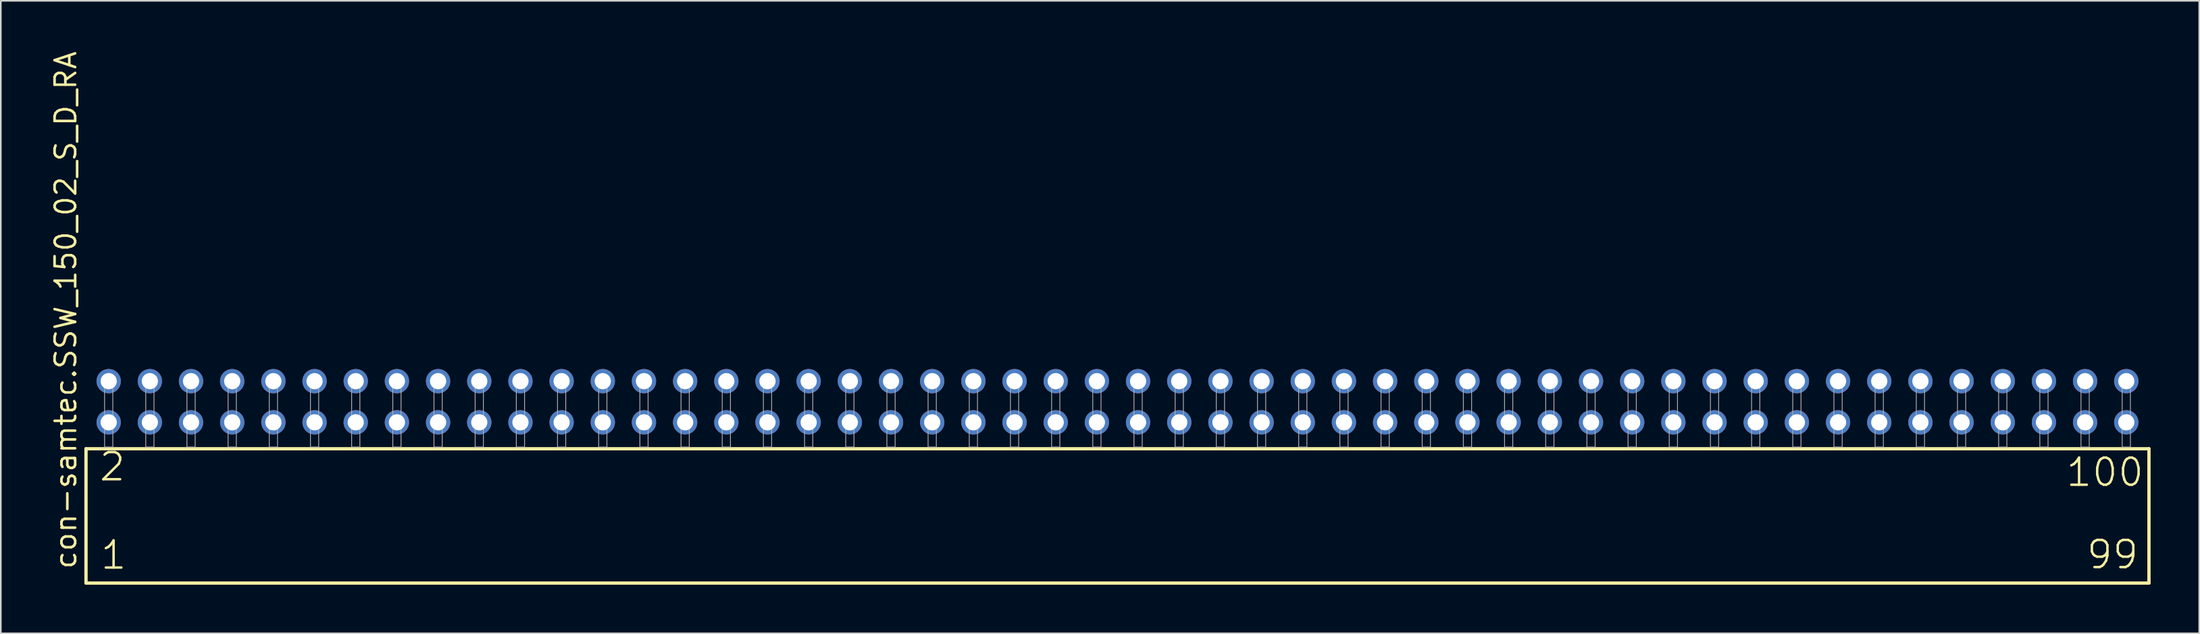
<source format=kicad_pcb>
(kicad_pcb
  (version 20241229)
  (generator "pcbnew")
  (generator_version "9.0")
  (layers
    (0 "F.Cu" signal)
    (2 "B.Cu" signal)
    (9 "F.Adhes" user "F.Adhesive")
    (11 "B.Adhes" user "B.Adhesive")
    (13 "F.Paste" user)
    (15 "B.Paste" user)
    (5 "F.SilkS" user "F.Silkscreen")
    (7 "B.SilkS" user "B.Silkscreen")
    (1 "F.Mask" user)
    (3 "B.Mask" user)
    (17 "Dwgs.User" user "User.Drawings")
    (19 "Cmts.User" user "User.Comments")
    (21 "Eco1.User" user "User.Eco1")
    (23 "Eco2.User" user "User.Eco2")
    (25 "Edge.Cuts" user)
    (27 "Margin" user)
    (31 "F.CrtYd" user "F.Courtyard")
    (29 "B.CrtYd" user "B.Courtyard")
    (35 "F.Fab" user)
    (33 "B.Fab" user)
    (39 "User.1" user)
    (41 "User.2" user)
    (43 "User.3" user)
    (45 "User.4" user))
  (footprint "con-samtec.SSW_150_02_S_D_RA"
    (layer "F.Cu")
    (at 65.885 24.537)
    (property "Reference" "con-samtec.SSW_150_02_S_D_RA" (at -64.135 7.62 90) (layer "F.SilkS") (effects (font (size 1.27 1.27) (thickness 0.16)) (justify left bottom)))
    (attr through_hole)
    (fp_line (start -63.629 0.106) (end -63.629 8.396) (stroke (width 0.203) (type default)) (layer "F.SilkS"))
    (fp_line (start -63.629 8.396) (end 63.629 8.396) (stroke (width 0.203) (type default)) (layer "F.SilkS"))
    (fp_line (start 63.629 0.106) (end -63.629 0.106) (stroke (width 0.203) (type default)) (layer "F.SilkS"))
    (fp_line (start 63.629 8.396) (end 63.629 0.106) (stroke (width 0.203) (type default)) (layer "F.SilkS"))
    (fp_rect (start -62.484 0) (end -61.976 -4.318) (stroke (width 0.05) (type default)) (fill no) (layer "F.Fab"))
    (fp_rect (start -59.944 0) (end -59.436 -4.318) (stroke (width 0.05) (type default)) (fill no) (layer "F.Fab"))
    (fp_rect (start -57.404 0) (end -56.896 -4.318) (stroke (width 0.05) (type default)) (fill no) (layer "F.Fab"))
    (fp_rect (start -54.864 0) (end -54.356 -4.318) (stroke (width 0.05) (type default)) (fill no) (layer "F.Fab"))
    (fp_rect (start -52.324 0) (end -51.816 -4.318) (stroke (width 0.05) (type default)) (fill no) (layer "F.Fab"))
    (fp_rect (start -49.784 0) (end -49.276 -4.318) (stroke (width 0.05) (type default)) (fill no) (layer "F.Fab"))
    (fp_rect (start -47.244 0) (end -46.736 -4.318) (stroke (width 0.05) (type default)) (fill no) (layer "F.Fab"))
    (fp_rect (start -44.704 0) (end -44.196 -4.318) (stroke (width 0.05) (type default)) (fill no) (layer "F.Fab"))
    (fp_rect (start -42.164 0) (end -41.656 -4.318) (stroke (width 0.05) (type default)) (fill no) (layer "F.Fab"))
    (fp_rect (start -39.624 0) (end -39.116 -4.318) (stroke (width 0.05) (type default)) (fill no) (layer "F.Fab"))
    (fp_rect (start -37.084 0) (end -36.576 -4.318) (stroke (width 0.05) (type default)) (fill no) (layer "F.Fab"))
    (fp_rect (start -34.544 0) (end -34.036 -4.318) (stroke (width 0.05) (type default)) (fill no) (layer "F.Fab"))
    (fp_rect (start -32.004 0) (end -31.496 -4.318) (stroke (width 0.05) (type default)) (fill no) (layer "F.Fab"))
    (fp_rect (start -29.464 0) (end -28.956 -4.318) (stroke (width 0.05) (type default)) (fill no) (layer "F.Fab"))
    (fp_rect (start -26.924 0) (end -26.416 -4.318) (stroke (width 0.05) (type default)) (fill no) (layer "F.Fab"))
    (fp_rect (start -24.384 0) (end -23.876 -4.318) (stroke (width 0.05) (type default)) (fill no) (layer "F.Fab"))
    (fp_rect (start -21.844 0) (end -21.336 -4.318) (stroke (width 0.05) (type default)) (fill no) (layer "F.Fab"))
    (fp_rect (start -19.304 0) (end -18.796 -4.318) (stroke (width 0.05) (type default)) (fill no) (layer "F.Fab"))
    (fp_rect (start -16.764 0) (end -16.256 -4.318) (stroke (width 0.05) (type default)) (fill no) (layer "F.Fab"))
    (fp_rect (start -14.224 0) (end -13.716 -4.318) (stroke (width 0.05) (type default)) (fill no) (layer "F.Fab"))
    (fp_rect (start -11.684 0) (end -11.176 -4.318) (stroke (width 0.05) (type default)) (fill no) (layer "F.Fab"))
    (fp_rect (start -9.144 0) (end -8.636 -4.318) (stroke (width 0.05) (type default)) (fill no) (layer "F.Fab"))
    (fp_rect (start -6.604 0) (end -6.096 -4.318) (stroke (width 0.05) (type default)) (fill no) (layer "F.Fab"))
    (fp_rect (start -4.064 0) (end -3.556 -4.318) (stroke (width 0.05) (type default)) (fill no) (layer "F.Fab"))
    (fp_rect (start -1.524 0) (end -1.016 -4.318) (stroke (width 0.05) (type default)) (fill no) (layer "F.Fab"))
    (fp_rect (start 1.016 0) (end 1.524 -4.318) (stroke (width 0.05) (type default)) (fill no) (layer "F.Fab"))
    (fp_rect (start 3.556 0) (end 4.064 -4.318) (stroke (width 0.05) (type default)) (fill no) (layer "F.Fab"))
    (fp_rect (start 6.096 0) (end 6.604 -4.318) (stroke (width 0.05) (type default)) (fill no) (layer "F.Fab"))
    (fp_rect (start 8.636 0) (end 9.144 -4.318) (stroke (width 0.05) (type default)) (fill no) (layer "F.Fab"))
    (fp_rect (start 11.176 0) (end 11.684 -4.318) (stroke (width 0.05) (type default)) (fill no) (layer "F.Fab"))
    (fp_rect (start 13.716 0) (end 14.224 -4.318) (stroke (width 0.05) (type default)) (fill no) (layer "F.Fab"))
    (fp_rect (start 16.256 0) (end 16.764 -4.318) (stroke (width 0.05) (type default)) (fill no) (layer "F.Fab"))
    (fp_rect (start 18.796 0) (end 19.304 -4.318) (stroke (width 0.05) (type default)) (fill no) (layer "F.Fab"))
    (fp_rect (start 21.336 0) (end 21.844 -4.318) (stroke (width 0.05) (type default)) (fill no) (layer "F.Fab"))
    (fp_rect (start 23.876 0) (end 24.384 -4.318) (stroke (width 0.05) (type default)) (fill no) (layer "F.Fab"))
    (fp_rect (start 26.416 0) (end 26.924 -4.318) (stroke (width 0.05) (type default)) (fill no) (layer "F.Fab"))
    (fp_rect (start 28.956 0) (end 29.464 -4.318) (stroke (width 0.05) (type default)) (fill no) (layer "F.Fab"))
    (fp_rect (start 31.496 0) (end 32.004 -4.318) (stroke (width 0.05) (type default)) (fill no) (layer "F.Fab"))
    (fp_rect (start 34.036 0) (end 34.544 -4.318) (stroke (width 0.05) (type default)) (fill no) (layer "F.Fab"))
    (fp_rect (start 36.576 0) (end 37.084 -4.318) (stroke (width 0.05) (type default)) (fill no) (layer "F.Fab"))
    (fp_rect (start 39.116 0) (end 39.624 -4.318) (stroke (width 0.05) (type default)) (fill no) (layer "F.Fab"))
    (fp_rect (start 41.656 0) (end 42.164 -4.318) (stroke (width 0.05) (type default)) (fill no) (layer "F.Fab"))
    (fp_rect (start 44.196 0) (end 44.704 -4.318) (stroke (width 0.05) (type default)) (fill no) (layer "F.Fab"))
    (fp_rect (start 46.736 0) (end 47.244 -4.318) (stroke (width 0.05) (type default)) (fill no) (layer "F.Fab"))
    (fp_rect (start 49.276 0) (end 49.784 -4.318) (stroke (width 0.05) (type default)) (fill no) (layer "F.Fab"))
    (fp_rect (start 51.816 0) (end 52.324 -4.318) (stroke (width 0.05) (type default)) (fill no) (layer "F.Fab"))
    (fp_rect (start 54.356 0) (end 54.864 -4.318) (stroke (width 0.05) (type default)) (fill no) (layer "F.Fab"))
    (fp_rect (start 56.896 0) (end 57.404 -4.318) (stroke (width 0.05) (type default)) (fill no) (layer "F.Fab"))
    (fp_rect (start 59.436 0) (end 59.944 -4.318) (stroke (width 0.05) (type default)) (fill no) (layer "F.Fab"))
    (fp_rect (start 61.976 0) (end 62.484 -4.318) (stroke (width 0.05) (type default)) (fill no) (layer "F.Fab"))
    (fp_text user "99" (at 59.69 7.62 0) (layer "F.SilkS") (effects (font (size 1.676 1.676) (thickness 0.15)) (justify left bottom)))
    (fp_text user "1" (at -62.825 7.65 0) (layer "F.SilkS") (effects (font (size 1.676 1.676) (thickness 0.15)) (justify left bottom)))
    (fp_text user "100" (at 58.42 2.54 0) (layer "F.SilkS") (effects (font (size 1.676 1.676) (thickness 0.15)) (justify left bottom)))
    (fp_text user "2" (at -62.9 2.2 0) (layer "F.SilkS") (effects (font (size 1.676 1.676) (thickness 0.15)) (justify left bottom)))
    (pad "1" thru_hole circle (at -62.23 -1.524) (size 1.5 1.5) (drill 1) (layers "*.Cu" "*.Mask"))
    (pad "2" thru_hole circle (at -62.23 -4.064) (size 1.5 1.5) (drill 1) (layers "*.Cu" "*.Mask"))
    (pad "3" thru_hole circle (at -59.69 -1.524) (size 1.5 1.5) (drill 1) (layers "*.Cu" "*.Mask"))
    (pad "4" thru_hole circle (at -59.69 -4.064) (size 1.5 1.5) (drill 1) (layers "*.Cu" "*.Mask"))
    (pad "5" thru_hole circle (at -57.15 -1.524) (size 1.5 1.5) (drill 1) (layers "*.Cu" "*.Mask"))
    (pad "6" thru_hole circle (at -57.15 -4.064) (size 1.5 1.5) (drill 1) (layers "*.Cu" "*.Mask"))
    (pad "7" thru_hole circle (at -54.61 -1.524) (size 1.5 1.5) (drill 1) (layers "*.Cu" "*.Mask"))
    (pad "8" thru_hole circle (at -54.61 -4.064) (size 1.5 1.5) (drill 1) (layers "*.Cu" "*.Mask"))
    (pad "9" thru_hole circle (at -52.07 -1.524) (size 1.5 1.5) (drill 1) (layers "*.Cu" "*.Mask"))
    (pad "10" thru_hole circle (at -52.07 -4.064) (size 1.5 1.5) (drill 1) (layers "*.Cu" "*.Mask"))
    (pad "11" thru_hole circle (at -49.53 -1.524) (size 1.5 1.5) (drill 1) (layers "*.Cu" "*.Mask"))
    (pad "12" thru_hole circle (at -49.53 -4.064) (size 1.5 1.5) (drill 1) (layers "*.Cu" "*.Mask"))
    (pad "13" thru_hole circle (at -46.99 -1.524) (size 1.5 1.5) (drill 1) (layers "*.Cu" "*.Mask"))
    (pad "14" thru_hole circle (at -46.99 -4.064) (size 1.5 1.5) (drill 1) (layers "*.Cu" "*.Mask"))
    (pad "15" thru_hole circle (at -44.45 -1.524) (size 1.5 1.5) (drill 1) (layers "*.Cu" "*.Mask"))
    (pad "16" thru_hole circle (at -44.45 -4.064) (size 1.5 1.5) (drill 1) (layers "*.Cu" "*.Mask"))
    (pad "17" thru_hole circle (at -41.91 -1.524) (size 1.5 1.5) (drill 1) (layers "*.Cu" "*.Mask"))
    (pad "18" thru_hole circle (at -41.91 -4.064) (size 1.5 1.5) (drill 1) (layers "*.Cu" "*.Mask"))
    (pad "19" thru_hole circle (at -39.37 -1.524) (size 1.5 1.5) (drill 1) (layers "*.Cu" "*.Mask"))
    (pad "20" thru_hole circle (at -39.37 -4.064) (size 1.5 1.5) (drill 1) (layers "*.Cu" "*.Mask"))
    (pad "21" thru_hole circle (at -36.83 -1.524) (size 1.5 1.5) (drill 1) (layers "*.Cu" "*.Mask"))
    (pad "22" thru_hole circle (at -36.83 -4.064) (size 1.5 1.5) (drill 1) (layers "*.Cu" "*.Mask"))
    (pad "23" thru_hole circle (at -34.29 -1.524) (size 1.5 1.5) (drill 1) (layers "*.Cu" "*.Mask"))
    (pad "24" thru_hole circle (at -34.29 -4.064) (size 1.5 1.5) (drill 1) (layers "*.Cu" "*.Mask"))
    (pad "25" thru_hole circle (at -31.75 -1.524) (size 1.5 1.5) (drill 1) (layers "*.Cu" "*.Mask"))
    (pad "26" thru_hole circle (at -31.75 -4.064) (size 1.5 1.5) (drill 1) (layers "*.Cu" "*.Mask"))
    (pad "27" thru_hole circle (at -29.21 -1.524) (size 1.5 1.5) (drill 1) (layers "*.Cu" "*.Mask"))
    (pad "28" thru_hole circle (at -29.21 -4.064) (size 1.5 1.5) (drill 1) (layers "*.Cu" "*.Mask"))
    (pad "29" thru_hole circle (at -26.67 -1.524) (size 1.5 1.5) (drill 1) (layers "*.Cu" "*.Mask"))
    (pad "30" thru_hole circle (at -26.67 -4.064) (size 1.5 1.5) (drill 1) (layers "*.Cu" "*.Mask"))
    (pad "31" thru_hole circle (at -24.13 -1.524) (size 1.5 1.5) (drill 1) (layers "*.Cu" "*.Mask"))
    (pad "32" thru_hole circle (at -24.13 -4.064) (size 1.5 1.5) (drill 1) (layers "*.Cu" "*.Mask"))
    (pad "33" thru_hole circle (at -21.59 -1.524) (size 1.5 1.5) (drill 1) (layers "*.Cu" "*.Mask"))
    (pad "34" thru_hole circle (at -21.59 -4.064) (size 1.5 1.5) (drill 1) (layers "*.Cu" "*.Mask"))
    (pad "35" thru_hole circle (at -19.05 -1.524) (size 1.5 1.5) (drill 1) (layers "*.Cu" "*.Mask"))
    (pad "36" thru_hole circle (at -19.05 -4.064) (size 1.5 1.5) (drill 1) (layers "*.Cu" "*.Mask"))
    (pad "37" thru_hole circle (at -16.51 -1.524) (size 1.5 1.5) (drill 1) (layers "*.Cu" "*.Mask"))
    (pad "38" thru_hole circle (at -16.51 -4.064) (size 1.5 1.5) (drill 1) (layers "*.Cu" "*.Mask"))
    (pad "39" thru_hole circle (at -13.97 -1.524) (size 1.5 1.5) (drill 1) (layers "*.Cu" "*.Mask"))
    (pad "40" thru_hole circle (at -13.97 -4.064) (size 1.5 1.5) (drill 1) (layers "*.Cu" "*.Mask"))
    (pad "41" thru_hole circle (at -11.43 -1.524) (size 1.5 1.5) (drill 1) (layers "*.Cu" "*.Mask"))
    (pad "42" thru_hole circle (at -11.43 -4.064) (size 1.5 1.5) (drill 1) (layers "*.Cu" "*.Mask"))
    (pad "43" thru_hole circle (at -8.89 -1.524) (size 1.5 1.5) (drill 1) (layers "*.Cu" "*.Mask"))
    (pad "44" thru_hole circle (at -8.89 -4.064) (size 1.5 1.5) (drill 1) (layers "*.Cu" "*.Mask"))
    (pad "45" thru_hole circle (at -6.35 -1.524) (size 1.5 1.5) (drill 1) (layers "*.Cu" "*.Mask"))
    (pad "46" thru_hole circle (at -6.35 -4.064) (size 1.5 1.5) (drill 1) (layers "*.Cu" "*.Mask"))
    (pad "47" thru_hole circle (at -3.81 -1.524) (size 1.5 1.5) (drill 1) (layers "*.Cu" "*.Mask"))
    (pad "48" thru_hole circle (at -3.81 -4.064) (size 1.5 1.5) (drill 1) (layers "*.Cu" "*.Mask"))
    (pad "49" thru_hole circle (at -1.27 -1.524) (size 1.5 1.5) (drill 1) (layers "*.Cu" "*.Mask"))
    (pad "50" thru_hole circle (at -1.27 -4.064) (size 1.5 1.5) (drill 1) (layers "*.Cu" "*.Mask"))
    (pad "51" thru_hole circle (at 1.27 -1.524) (size 1.5 1.5) (drill 1) (layers "*.Cu" "*.Mask"))
    (pad "52" thru_hole circle (at 1.27 -4.064) (size 1.5 1.5) (drill 1) (layers "*.Cu" "*.Mask"))
    (pad "53" thru_hole circle (at 3.81 -1.524) (size 1.5 1.5) (drill 1) (layers "*.Cu" "*.Mask"))
    (pad "54" thru_hole circle (at 3.81 -4.064) (size 1.5 1.5) (drill 1) (layers "*.Cu" "*.Mask"))
    (pad "55" thru_hole circle (at 6.35 -1.524) (size 1.5 1.5) (drill 1) (layers "*.Cu" "*.Mask"))
    (pad "56" thru_hole circle (at 6.35 -4.064) (size 1.5 1.5) (drill 1) (layers "*.Cu" "*.Mask"))
    (pad "57" thru_hole circle (at 8.89 -1.524) (size 1.5 1.5) (drill 1) (layers "*.Cu" "*.Mask"))
    (pad "58" thru_hole circle (at 8.89 -4.064) (size 1.5 1.5) (drill 1) (layers "*.Cu" "*.Mask"))
    (pad "59" thru_hole circle (at 11.43 -1.524) (size 1.5 1.5) (drill 1) (layers "*.Cu" "*.Mask"))
    (pad "60" thru_hole circle (at 11.43 -4.064) (size 1.5 1.5) (drill 1) (layers "*.Cu" "*.Mask"))
    (pad "61" thru_hole circle (at 13.97 -1.524) (size 1.5 1.5) (drill 1) (layers "*.Cu" "*.Mask"))
    (pad "62" thru_hole circle (at 13.97 -4.064) (size 1.5 1.5) (drill 1) (layers "*.Cu" "*.Mask"))
    (pad "63" thru_hole circle (at 16.51 -1.524) (size 1.5 1.5) (drill 1) (layers "*.Cu" "*.Mask"))
    (pad "64" thru_hole circle (at 16.51 -4.064) (size 1.5 1.5) (drill 1) (layers "*.Cu" "*.Mask"))
    (pad "65" thru_hole circle (at 19.05 -1.524) (size 1.5 1.5) (drill 1) (layers "*.Cu" "*.Mask"))
    (pad "66" thru_hole circle (at 19.05 -4.064) (size 1.5 1.5) (drill 1) (layers "*.Cu" "*.Mask"))
    (pad "67" thru_hole circle (at 21.59 -1.524) (size 1.5 1.5) (drill 1) (layers "*.Cu" "*.Mask"))
    (pad "68" thru_hole circle (at 21.59 -4.064) (size 1.5 1.5) (drill 1) (layers "*.Cu" "*.Mask"))
    (pad "69" thru_hole circle (at 24.13 -1.524) (size 1.5 1.5) (drill 1) (layers "*.Cu" "*.Mask"))
    (pad "70" thru_hole circle (at 24.13 -4.064) (size 1.5 1.5) (drill 1) (layers "*.Cu" "*.Mask"))
    (pad "71" thru_hole circle (at 26.67 -1.524) (size 1.5 1.5) (drill 1) (layers "*.Cu" "*.Mask"))
    (pad "72" thru_hole circle (at 26.67 -4.064) (size 1.5 1.5) (drill 1) (layers "*.Cu" "*.Mask"))
    (pad "73" thru_hole circle (at 29.21 -1.524) (size 1.5 1.5) (drill 1) (layers "*.Cu" "*.Mask"))
    (pad "74" thru_hole circle (at 29.21 -4.064) (size 1.5 1.5) (drill 1) (layers "*.Cu" "*.Mask"))
    (pad "75" thru_hole circle (at 31.75 -1.524) (size 1.5 1.5) (drill 1) (layers "*.Cu" "*.Mask"))
    (pad "76" thru_hole circle (at 31.75 -4.064) (size 1.5 1.5) (drill 1) (layers "*.Cu" "*.Mask"))
    (pad "77" thru_hole circle (at 34.29 -1.524) (size 1.5 1.5) (drill 1) (layers "*.Cu" "*.Mask"))
    (pad "78" thru_hole circle (at 34.29 -4.064) (size 1.5 1.5) (drill 1) (layers "*.Cu" "*.Mask"))
    (pad "79" thru_hole circle (at 36.83 -1.524) (size 1.5 1.5) (drill 1) (layers "*.Cu" "*.Mask"))
    (pad "80" thru_hole circle (at 36.83 -4.064) (size 1.5 1.5) (drill 1) (layers "*.Cu" "*.Mask"))
    (pad "81" thru_hole circle (at 39.37 -1.524) (size 1.5 1.5) (drill 1) (layers "*.Cu" "*.Mask"))
    (pad "82" thru_hole circle (at 39.37 -4.064) (size 1.5 1.5) (drill 1) (layers "*.Cu" "*.Mask"))
    (pad "83" thru_hole circle (at 41.91 -1.524) (size 1.5 1.5) (drill 1) (layers "*.Cu" "*.Mask"))
    (pad "84" thru_hole circle (at 41.91 -4.064) (size 1.5 1.5) (drill 1) (layers "*.Cu" "*.Mask"))
    (pad "85" thru_hole circle (at 44.45 -1.524) (size 1.5 1.5) (drill 1) (layers "*.Cu" "*.Mask"))
    (pad "86" thru_hole circle (at 44.45 -4.064) (size 1.5 1.5) (drill 1) (layers "*.Cu" "*.Mask"))
    (pad "87" thru_hole circle (at 46.99 -1.524) (size 1.5 1.5) (drill 1) (layers "*.Cu" "*.Mask"))
    (pad "88" thru_hole circle (at 46.99 -4.064) (size 1.5 1.5) (drill 1) (layers "*.Cu" "*.Mask"))
    (pad "89" thru_hole circle (at 49.53 -1.524) (size 1.5 1.5) (drill 1) (layers "*.Cu" "*.Mask"))
    (pad "90" thru_hole circle (at 49.53 -4.064) (size 1.5 1.5) (drill 1) (layers "*.Cu" "*.Mask"))
    (pad "91" thru_hole circle (at 52.07 -1.524) (size 1.5 1.5) (drill 1) (layers "*.Cu" "*.Mask"))
    (pad "92" thru_hole circle (at 52.07 -4.064) (size 1.5 1.5) (drill 1) (layers "*.Cu" "*.Mask"))
    (pad "93" thru_hole circle (at 54.61 -1.524) (size 1.5 1.5) (drill 1) (layers "*.Cu" "*.Mask"))
    (pad "94" thru_hole circle (at 54.61 -4.064) (size 1.5 1.5) (drill 1) (layers "*.Cu" "*.Mask"))
    (pad "95" thru_hole circle (at 57.15 -1.524) (size 1.5 1.5) (drill 1) (layers "*.Cu" "*.Mask"))
    (pad "96" thru_hole circle (at 57.15 -4.064) (size 1.5 1.5) (drill 1) (layers "*.Cu" "*.Mask"))
    (pad "97" thru_hole circle (at 59.69 -1.524) (size 1.5 1.5) (drill 1) (layers "*.Cu" "*.Mask"))
    (pad "98" thru_hole circle (at 59.69 -4.064) (size 1.5 1.5) (drill 1) (layers "*.Cu" "*.Mask"))
    (pad "99" thru_hole circle (at 62.23 -1.524) (size 1.5 1.5) (drill 1) (layers "*.Cu" "*.Mask"))
    (pad "100" thru_hole circle (at 62.23 -4.064) (size 1.5 1.5) (drill 1) (layers "*.Cu" "*.Mask")))
  (gr_rect
    (start -3 -3)
    (end 132.616 36.035)
    (stroke (width 0.1) (type default))
    (fill no)
    (layer "Edge.Cuts")))
</source>
